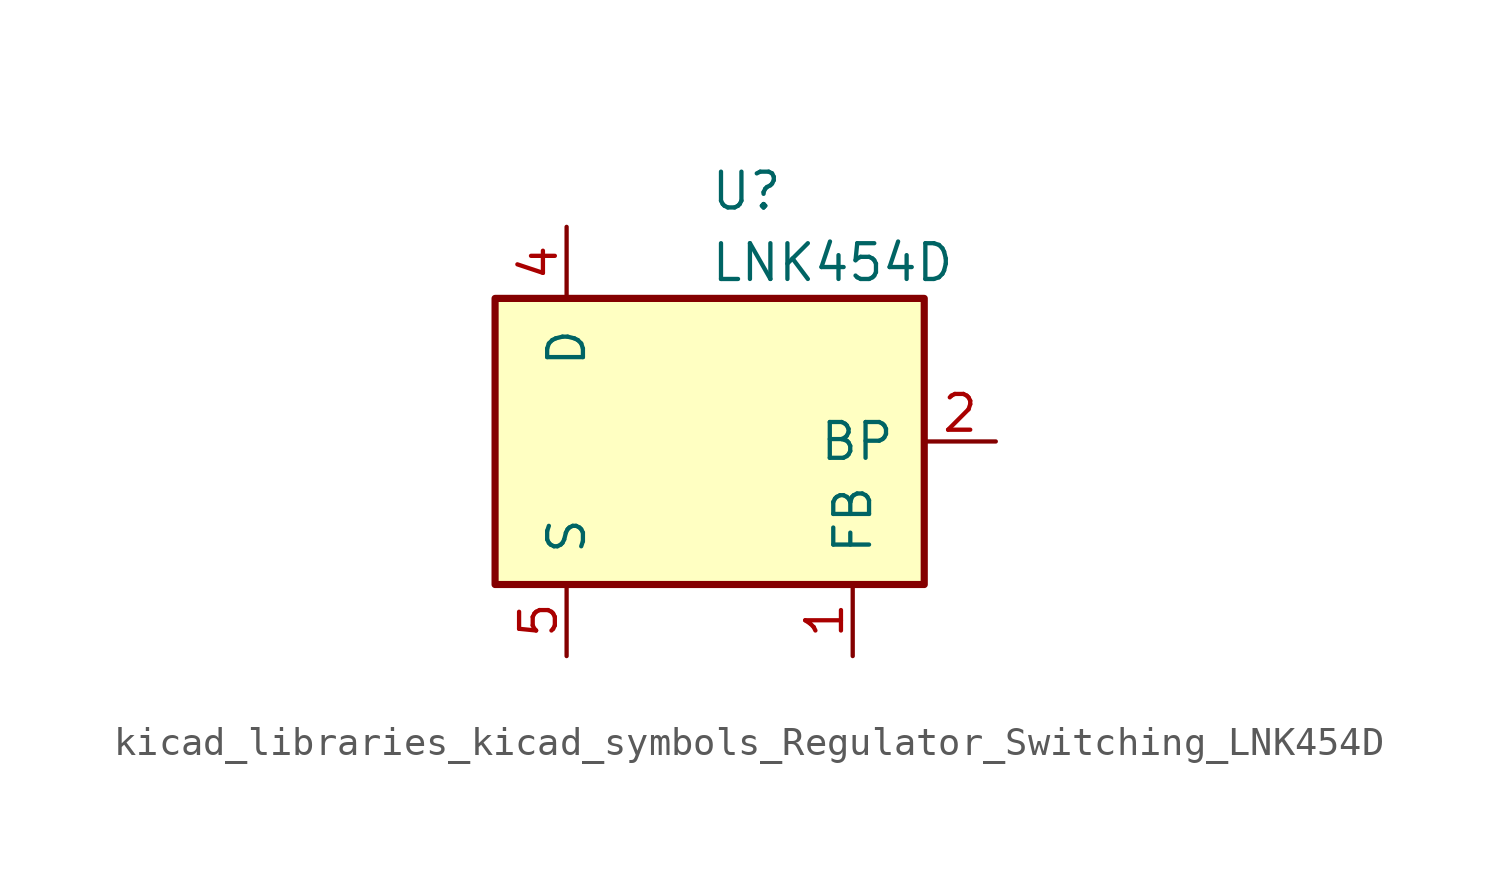
<source format=kicad_sym>
(kicad_symbol_lib
  (version 20220914)
  (generator kicad_symbol_editor)
  (symbol "kicad_libraries_kicad_symbols_Regulator_Switching_LNK454D"
    (pin_names
      (offset 1.016))
    (property "Reference" "U"
      (at 0 8.89 0)
      (effects (font (size 1.27 1.27)) (justify left)))
    (property "Value" "LNK454D"
      (at 0 6.35 0)
      (effects (font (size 1.27 1.27)) (justify left)))
    (symbol "kicad_libraries_kicad_symbols_Regulator_Switching_LNK454D_0_1"
      (rectangle (start -7.62 5.08) (end 7.62 -5.08) (stroke (width 0.254) (type default)) (fill (type background))))
    (symbol "kicad_libraries_kicad_symbols_Regulator_Switching_LNK454D_1_1"
      (pin input line (at 5.08 -7.62 90) (length 2.54) (name "FB" (effects (font (size 1.27 1.27)))) (number "1" (effects (font (size 1.27 1.27)))))
      (pin input line (at 10.16 0 180) (length 2.54) (name "BP" (effects (font (size 1.27 1.27)))) (number "2" (effects (font (size 1.27 1.27)))))
      (pin open_collector line (at -5.08 7.62 270) (length 2.54) (name "D" (effects (font (size 1.27 1.27)))) (number "4" (effects (font (size 1.27 1.27)))))
      (pin power_in line (at -5.08 -7.62 90) (length 2.54) (name "S" (effects (font (size 1.27 1.27)))) (number "5" (effects (font (size 1.27 1.27)))))
      (pin passive line (at -5.08 -7.62 90) (length 2.54) hide (name "S" (effects (font (size 1.27 1.27)))) (number "6" (effects (font (size 1.27 1.27)))))
      (pin passive line (at -5.08 -7.62 90) (length 2.54) hide (name "S" (effects (font (size 1.27 1.27)))) (number "7" (effects (font (size 1.27 1.27)))))
      (pin passive line (at -5.08 -7.62 90) (length 2.54) hide (name "S" (effects (font (size 1.27 1.27)))) (number "8" (effects (font (size 1.27 1.27))))))))
</source>
